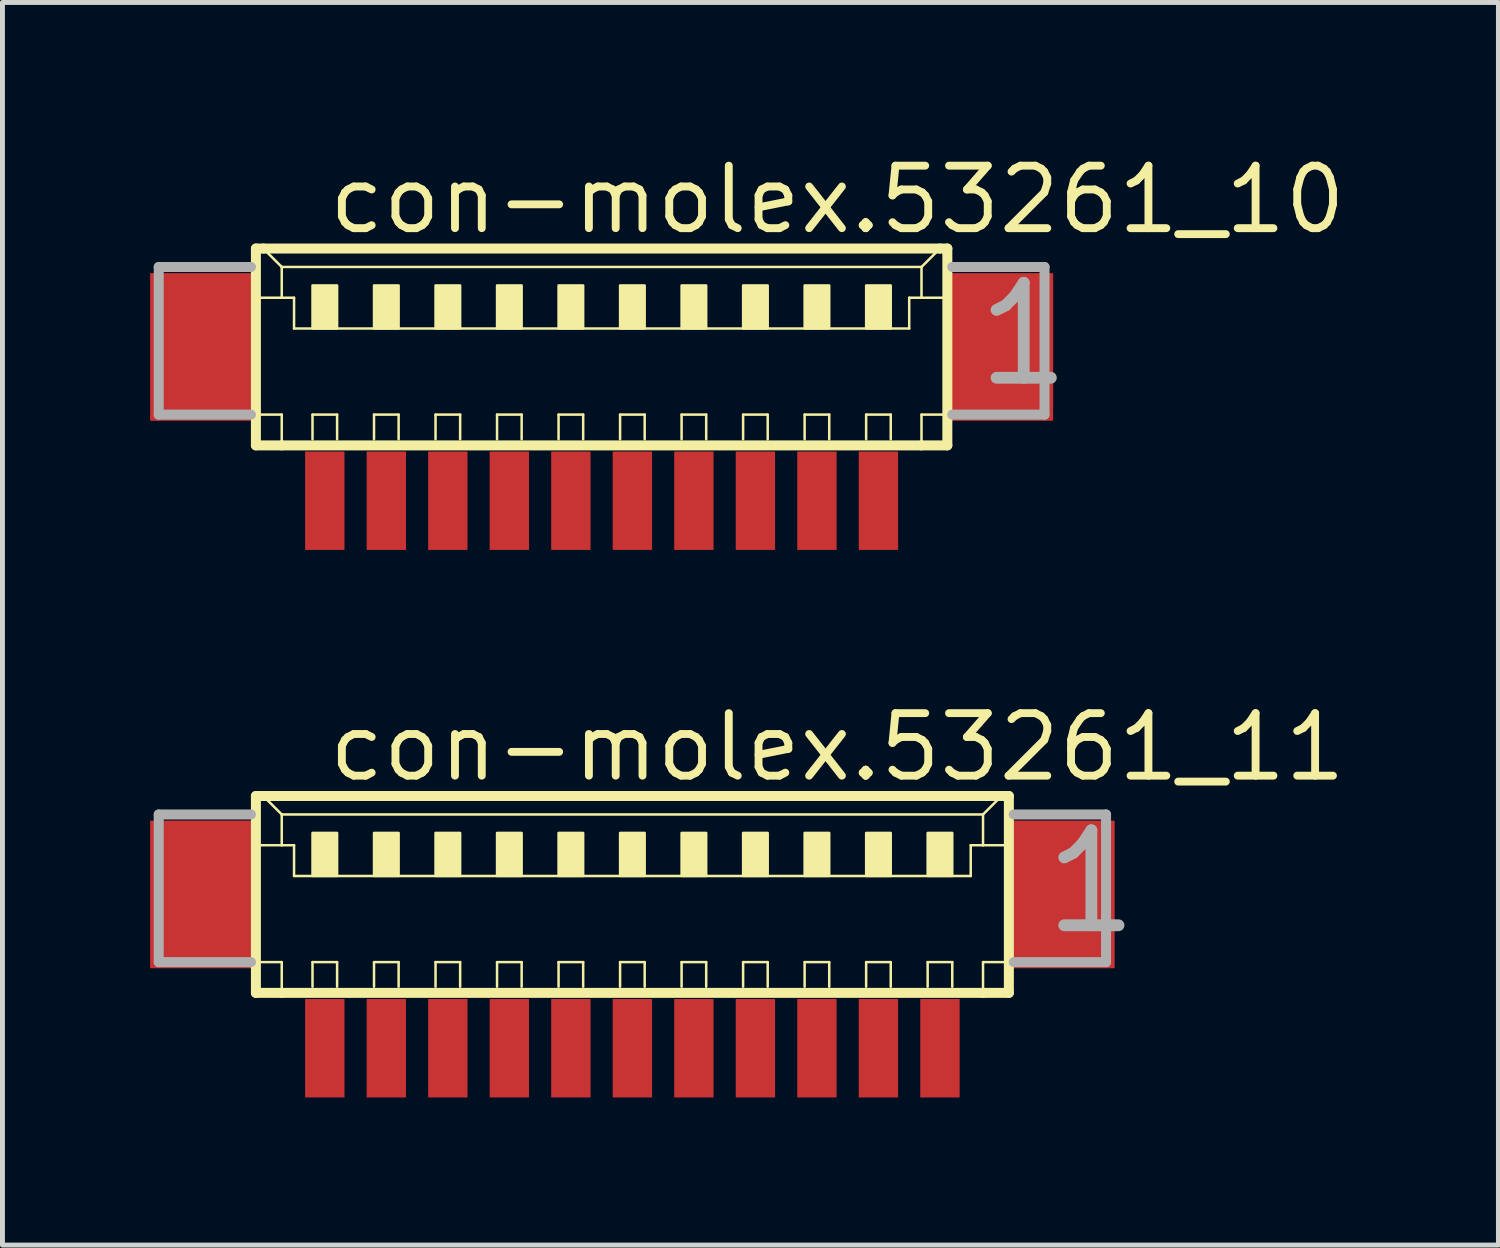
<source format=kicad_pcb>
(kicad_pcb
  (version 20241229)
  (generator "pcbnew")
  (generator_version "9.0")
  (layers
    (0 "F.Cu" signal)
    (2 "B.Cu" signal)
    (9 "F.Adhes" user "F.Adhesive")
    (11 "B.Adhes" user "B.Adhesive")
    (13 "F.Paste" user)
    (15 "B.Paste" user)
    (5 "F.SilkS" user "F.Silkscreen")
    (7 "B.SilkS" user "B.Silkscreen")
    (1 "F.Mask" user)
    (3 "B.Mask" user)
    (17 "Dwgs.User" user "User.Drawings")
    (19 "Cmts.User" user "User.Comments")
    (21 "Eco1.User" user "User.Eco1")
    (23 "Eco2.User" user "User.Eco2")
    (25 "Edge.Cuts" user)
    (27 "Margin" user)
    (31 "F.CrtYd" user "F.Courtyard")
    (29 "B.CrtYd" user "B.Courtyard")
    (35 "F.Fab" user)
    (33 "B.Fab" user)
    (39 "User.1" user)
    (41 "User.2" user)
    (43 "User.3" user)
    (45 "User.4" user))
  (footprint "con-molex.53261_11"
    (layer "F.Cu")
    (at 9.8 15.75)
    (property "Reference" "con-molex.53261_11" (at -6.25 -2.875 0) (layer "F.SilkS") (effects (font (size 1.27 1.27) (thickness 0.16)) (justify left bottom)))
    (attr smd)
    (fp_line (start -7.65 -2.625) (end -7.65 1.375) (stroke (width 0.203) (type default)) (layer "F.SilkS"))
    (fp_line (start -7.65 1.375) (end -7.125 1.375) (stroke (width 0.203) (type default)) (layer "F.SilkS"))
    (fp_line (start -7.625 -1.625) (end -7.125 -1.625) (stroke (width 0.051) (type default)) (layer "F.SilkS"))
    (fp_line (start -7.625 0.75) (end -7.125 0.75) (stroke (width 0.051) (type default)) (layer "F.SilkS"))
    (fp_line (start -7.5 -2.625) (end -7.65 -2.625) (stroke (width 0.203) (type default)) (layer "F.SilkS"))
    (fp_line (start -7.125 -2.25) (end -7.5 -2.625) (stroke (width 0.051) (type default)) (layer "F.SilkS"))
    (fp_line (start -7.125 -2.25) (end 7.125 -2.25) (stroke (width 0.051) (type default)) (layer "F.SilkS"))
    (fp_line (start -7.125 -1.625) (end -7.125 -2.25) (stroke (width 0.051) (type default)) (layer "F.SilkS"))
    (fp_line (start -7.125 -1.625) (end -6.875 -1.625) (stroke (width 0.051) (type default)) (layer "F.SilkS"))
    (fp_line (start -7.125 0.75) (end -7.125 1.375) (stroke (width 0.051) (type default)) (layer "F.SilkS"))
    (fp_line (start -7.125 1.375) (end 7.125 1.375) (stroke (width 0.203) (type default)) (layer "F.SilkS"))
    (fp_line (start -6.875 -1.625) (end -6.875 -1) (stroke (width 0.051) (type default)) (layer "F.SilkS"))
    (fp_line (start -6.875 -1) (end 6.875 -1) (stroke (width 0.051) (type default)) (layer "F.SilkS"))
    (fp_line (start -6.5 0.75) (end -6 0.75) (stroke (width 0.051) (type default)) (layer "F.SilkS"))
    (fp_line (start -6.5 1.25) (end -6.5 0.75) (stroke (width 0.051) (type default)) (layer "F.SilkS"))
    (fp_line (start -6 0.75) (end -6 1.25) (stroke (width 0.051) (type default)) (layer "F.SilkS"))
    (fp_line (start -5.25 0.75) (end -4.75 0.75) (stroke (width 0.051) (type default)) (layer "F.SilkS"))
    (fp_line (start -5.25 1.25) (end -5.25 0.75) (stroke (width 0.051) (type default)) (layer "F.SilkS"))
    (fp_line (start -4.75 0.75) (end -4.75 1.25) (stroke (width 0.051) (type default)) (layer "F.SilkS"))
    (fp_line (start -4 0.75) (end -3.5 0.75) (stroke (width 0.051) (type default)) (layer "F.SilkS"))
    (fp_line (start -4 1.25) (end -4 0.75) (stroke (width 0.051) (type default)) (layer "F.SilkS"))
    (fp_line (start -3.5 0.75) (end -3.5 1.25) (stroke (width 0.051) (type default)) (layer "F.SilkS"))
    (fp_line (start -2.75 0.75) (end -2.25 0.75) (stroke (width 0.051) (type default)) (layer "F.SilkS"))
    (fp_line (start -2.75 1.25) (end -2.75 0.75) (stroke (width 0.051) (type default)) (layer "F.SilkS"))
    (fp_line (start -2.25 0.75) (end -2.25 1.25) (stroke (width 0.051) (type default)) (layer "F.SilkS"))
    (fp_line (start -1.5 0.75) (end -1 0.75) (stroke (width 0.051) (type default)) (layer "F.SilkS"))
    (fp_line (start -1.5 1.25) (end -1.5 0.75) (stroke (width 0.051) (type default)) (layer "F.SilkS"))
    (fp_line (start -1 0.75) (end -1 1.25) (stroke (width 0.051) (type default)) (layer "F.SilkS"))
    (fp_line (start -0.25 0.75) (end 0.25 0.75) (stroke (width 0.051) (type default)) (layer "F.SilkS"))
    (fp_line (start -0.25 1.25) (end -0.25 0.75) (stroke (width 0.051) (type default)) (layer "F.SilkS"))
    (fp_line (start 0.25 0.75) (end 0.25 1.25) (stroke (width 0.051) (type default)) (layer "F.SilkS"))
    (fp_line (start 1 0.75) (end 1.5 0.75) (stroke (width 0.051) (type default)) (layer "F.SilkS"))
    (fp_line (start 1 1.25) (end 1 0.75) (stroke (width 0.051) (type default)) (layer "F.SilkS"))
    (fp_line (start 1.5 0.75) (end 1.5 1.25) (stroke (width 0.051) (type default)) (layer "F.SilkS"))
    (fp_line (start 2.25 0.75) (end 2.75 0.75) (stroke (width 0.051) (type default)) (layer "F.SilkS"))
    (fp_line (start 2.25 1.25) (end 2.25 0.75) (stroke (width 0.051) (type default)) (layer "F.SilkS"))
    (fp_line (start 2.75 0.75) (end 2.75 1.25) (stroke (width 0.051) (type default)) (layer "F.SilkS"))
    (fp_line (start 3.5 0.75) (end 4 0.75) (stroke (width 0.051) (type default)) (layer "F.SilkS"))
    (fp_line (start 3.5 1.25) (end 3.5 0.75) (stroke (width 0.051) (type default)) (layer "F.SilkS"))
    (fp_line (start 4 0.75) (end 4 1.25) (stroke (width 0.051) (type default)) (layer "F.SilkS"))
    (fp_line (start 4.75 0.75) (end 5.25 0.75) (stroke (width 0.051) (type default)) (layer "F.SilkS"))
    (fp_line (start 4.75 1.25) (end 4.75 0.75) (stroke (width 0.051) (type default)) (layer "F.SilkS"))
    (fp_line (start 5.25 0.75) (end 5.25 1.25) (stroke (width 0.051) (type default)) (layer "F.SilkS"))
    (fp_line (start 6 0.75) (end 6.5 0.75) (stroke (width 0.051) (type default)) (layer "F.SilkS"))
    (fp_line (start 6 1.25) (end 6 0.75) (stroke (width 0.051) (type default)) (layer "F.SilkS"))
    (fp_line (start 6.5 0.75) (end 6.5 1.25) (stroke (width 0.051) (type default)) (layer "F.SilkS"))
    (fp_line (start 6.875 -1.625) (end 6.875 -1) (stroke (width 0.051) (type default)) (layer "F.SilkS"))
    (fp_line (start 6.875 -1.625) (end 7.125 -1.625) (stroke (width 0.051) (type default)) (layer "F.SilkS"))
    (fp_line (start 7.125 -2.25) (end 7.125 -1.625) (stroke (width 0.051) (type default)) (layer "F.SilkS"))
    (fp_line (start 7.125 -2.25) (end 7.5 -2.625) (stroke (width 0.051) (type default)) (layer "F.SilkS"))
    (fp_line (start 7.125 -1.625) (end 7.625 -1.625) (stroke (width 0.051) (type default)) (layer "F.SilkS"))
    (fp_line (start 7.125 0.75) (end 7.125 1.375) (stroke (width 0.051) (type default)) (layer "F.SilkS"))
    (fp_line (start 7.125 0.75) (end 7.625 0.75) (stroke (width 0.051) (type default)) (layer "F.SilkS"))
    (fp_line (start 7.125 1.375) (end 7.65 1.375) (stroke (width 0.203) (type default)) (layer "F.SilkS"))
    (fp_line (start 7.5 -2.625) (end -7.5 -2.625) (stroke (width 0.203) (type default)) (layer "F.SilkS"))
    (fp_line (start 7.65 -2.625) (end 7.5 -2.625) (stroke (width 0.203) (type default)) (layer "F.SilkS"))
    (fp_line (start 7.65 1.375) (end 7.65 -2.625) (stroke (width 0.203) (type default)) (layer "F.SilkS"))
    (fp_rect (start -6.5 -1) (end -6 -1.875) (stroke (width 0.05) (type default)) (fill yes) (layer "F.SilkS"))
    (fp_rect (start -5.25 -1) (end -4.75 -1.875) (stroke (width 0.05) (type default)) (fill yes) (layer "F.SilkS"))
    (fp_rect (start -4 -1) (end -3.5 -1.875) (stroke (width 0.05) (type default)) (fill yes) (layer "F.SilkS"))
    (fp_rect (start -2.75 -1) (end -2.25 -1.875) (stroke (width 0.05) (type default)) (fill yes) (layer "F.SilkS"))
    (fp_rect (start -1.5 -1) (end -1 -1.875) (stroke (width 0.05) (type default)) (fill yes) (layer "F.SilkS"))
    (fp_rect (start -0.25 -1) (end 0.25 -1.875) (stroke (width 0.05) (type default)) (fill yes) (layer "F.SilkS"))
    (fp_rect (start 1 -1) (end 1.5 -1.875) (stroke (width 0.05) (type default)) (fill yes) (layer "F.SilkS"))
    (fp_rect (start 2.25 -1) (end 2.75 -1.875) (stroke (width 0.05) (type default)) (fill yes) (layer "F.SilkS"))
    (fp_rect (start 3.5 -1) (end 4 -1.875) (stroke (width 0.05) (type default)) (fill yes) (layer "F.SilkS"))
    (fp_rect (start 4.75 -1) (end 5.25 -1.875) (stroke (width 0.05) (type default)) (fill yes) (layer "F.SilkS"))
    (fp_rect (start 6 -1) (end 6.5 -1.875) (stroke (width 0.05) (type default)) (fill yes) (layer "F.SilkS"))
    (fp_line (start -9.625 -2.25) (end -9.625 0.75) (stroke (width 0.203) (type default)) (layer "F.Fab"))
    (fp_line (start -9.625 0.75) (end -7.75 0.75) (stroke (width 0.203) (type default)) (layer "F.Fab"))
    (fp_line (start -7.75 -2.25) (end -9.625 -2.25) (stroke (width 0.203) (type default)) (layer "F.Fab"))
    (fp_line (start 7.75 0.75) (end 9.625 0.75) (stroke (width 0.203) (type default)) (layer "F.Fab"))
    (fp_line (start 9.625 -2.25) (end 7.75 -2.25) (stroke (width 0.203) (type default)) (layer "F.Fab"))
    (fp_line (start 9.625 0.75) (end 9.625 -2.25) (stroke (width 0.203) (type default)) (layer "F.Fab"))
    (fp_text user "1" (at 8.25 0.25 0) (layer "F.Fab") (effects (font (size 1.93 1.93) (thickness 0.24)) (justify left bottom)))
    (pad "1" smd roundrect (at 6.25 2.5) (size 0.8 2) (layers "F.Cu" "F.Mask" "F.Paste") (roundrect_rratio 0.01))
    (pad "2" smd roundrect (at 5 2.5) (size 0.8 2) (layers "F.Cu" "F.Mask" "F.Paste") (roundrect_rratio 0.01))
    (pad "3" smd roundrect (at 3.75 2.5) (size 0.8 2) (layers "F.Cu" "F.Mask" "F.Paste") (roundrect_rratio 0.01))
    (pad "4" smd roundrect (at 2.5 2.5) (size 0.8 2) (layers "F.Cu" "F.Mask" "F.Paste") (roundrect_rratio 0.01))
    (pad "5" smd roundrect (at 1.25 2.5) (size 0.8 2) (layers "F.Cu" "F.Mask" "F.Paste") (roundrect_rratio 0.01))
    (pad "6" smd roundrect (at 0 2.5) (size 0.8 2) (layers "F.Cu" "F.Mask" "F.Paste") (roundrect_rratio 0.01))
    (pad "7" smd roundrect (at -1.25 2.5) (size 0.8 2) (layers "F.Cu" "F.Mask" "F.Paste") (roundrect_rratio 0.01))
    (pad "8" smd roundrect (at -2.5 2.5) (size 0.8 2) (layers "F.Cu" "F.Mask" "F.Paste") (roundrect_rratio 0.01))
    (pad "9" smd roundrect (at -3.75 2.5) (size 0.8 2) (layers "F.Cu" "F.Mask" "F.Paste") (roundrect_rratio 0.01))
    (pad "10" smd roundrect (at -5 2.5) (size 0.8 2) (layers "F.Cu" "F.Mask" "F.Paste") (roundrect_rratio 0.01))
    (pad "11" smd roundrect (at -6.25 2.5) (size 0.8 2) (layers "F.Cu" "F.Mask" "F.Paste") (roundrect_rratio 0.01))
    (pad "S1" smd roundrect (at 8.75 -0.625) (size 2.1 3) (layers "F.Cu" "F.Mask" "F.Paste") (roundrect_rratio 0.01))
    (pad "S2" smd roundrect (at -8.75 -0.625) (size 2.1 3) (layers "F.Cu" "F.Mask" "F.Paste") (roundrect_rratio 0.01)))
  (footprint "con-molex.53261_10"
    (layer "F.Cu")
    (at 9.175 4.625)
    (property "Reference" "con-molex.53261_10" (at -5.625 -2.875 0) (layer "F.SilkS") (effects (font (size 1.27 1.27) (thickness 0.16)) (justify left bottom)))
    (attr smd)
    (fp_line (start -7.025 -2.625) (end -7.025 1.375) (stroke (width 0.203) (type default)) (layer "F.SilkS"))
    (fp_line (start -7.025 1.375) (end -6.5 1.375) (stroke (width 0.203) (type default)) (layer "F.SilkS"))
    (fp_line (start -7 -1.625) (end -6.5 -1.625) (stroke (width 0.051) (type default)) (layer "F.SilkS"))
    (fp_line (start -7 0.75) (end -6.5 0.75) (stroke (width 0.051) (type default)) (layer "F.SilkS"))
    (fp_line (start -6.875 -2.625) (end -7.025 -2.625) (stroke (width 0.203) (type default)) (layer "F.SilkS"))
    (fp_line (start -6.5 -2.25) (end -6.875 -2.625) (stroke (width 0.051) (type default)) (layer "F.SilkS"))
    (fp_line (start -6.5 -2.25) (end 6.5 -2.25) (stroke (width 0.051) (type default)) (layer "F.SilkS"))
    (fp_line (start -6.5 -1.625) (end -6.5 -2.25) (stroke (width 0.051) (type default)) (layer "F.SilkS"))
    (fp_line (start -6.5 -1.625) (end -6.25 -1.625) (stroke (width 0.051) (type default)) (layer "F.SilkS"))
    (fp_line (start -6.5 0.75) (end -6.5 1.375) (stroke (width 0.051) (type default)) (layer "F.SilkS"))
    (fp_line (start -6.5 1.375) (end 6.5 1.375) (stroke (width 0.203) (type default)) (layer "F.SilkS"))
    (fp_line (start -6.25 -1.625) (end -6.25 -1) (stroke (width 0.051) (type default)) (layer "F.SilkS"))
    (fp_line (start -6.25 -1) (end 6.25 -1) (stroke (width 0.051) (type default)) (layer "F.SilkS"))
    (fp_line (start -5.875 0.75) (end -5.375 0.75) (stroke (width 0.051) (type default)) (layer "F.SilkS"))
    (fp_line (start -5.875 1.25) (end -5.875 0.75) (stroke (width 0.051) (type default)) (layer "F.SilkS"))
    (fp_line (start -5.375 0.75) (end -5.375 1.25) (stroke (width 0.051) (type default)) (layer "F.SilkS"))
    (fp_line (start -4.625 0.75) (end -4.125 0.75) (stroke (width 0.051) (type default)) (layer "F.SilkS"))
    (fp_line (start -4.625 1.25) (end -4.625 0.75) (stroke (width 0.051) (type default)) (layer "F.SilkS"))
    (fp_line (start -4.125 0.75) (end -4.125 1.25) (stroke (width 0.051) (type default)) (layer "F.SilkS"))
    (fp_line (start -3.375 0.75) (end -2.875 0.75) (stroke (width 0.051) (type default)) (layer "F.SilkS"))
    (fp_line (start -3.375 1.25) (end -3.375 0.75) (stroke (width 0.051) (type default)) (layer "F.SilkS"))
    (fp_line (start -2.875 0.75) (end -2.875 1.25) (stroke (width 0.051) (type default)) (layer "F.SilkS"))
    (fp_line (start -2.125 0.75) (end -1.625 0.75) (stroke (width 0.051) (type default)) (layer "F.SilkS"))
    (fp_line (start -2.125 1.25) (end -2.125 0.75) (stroke (width 0.051) (type default)) (layer "F.SilkS"))
    (fp_line (start -1.625 0.75) (end -1.625 1.25) (stroke (width 0.051) (type default)) (layer "F.SilkS"))
    (fp_line (start -0.875 0.75) (end -0.375 0.75) (stroke (width 0.051) (type default)) (layer "F.SilkS"))
    (fp_line (start -0.875 1.25) (end -0.875 0.75) (stroke (width 0.051) (type default)) (layer "F.SilkS"))
    (fp_line (start -0.375 0.75) (end -0.375 1.25) (stroke (width 0.051) (type default)) (layer "F.SilkS"))
    (fp_line (start 0.375 0.75) (end 0.875 0.75) (stroke (width 0.051) (type default)) (layer "F.SilkS"))
    (fp_line (start 0.375 1.25) (end 0.375 0.75) (stroke (width 0.051) (type default)) (layer "F.SilkS"))
    (fp_line (start 0.875 0.75) (end 0.875 1.25) (stroke (width 0.051) (type default)) (layer "F.SilkS"))
    (fp_line (start 1.625 0.75) (end 2.125 0.75) (stroke (width 0.051) (type default)) (layer "F.SilkS"))
    (fp_line (start 1.625 1.25) (end 1.625 0.75) (stroke (width 0.051) (type default)) (layer "F.SilkS"))
    (fp_line (start 2.125 0.75) (end 2.125 1.25) (stroke (width 0.051) (type default)) (layer "F.SilkS"))
    (fp_line (start 2.875 0.75) (end 3.375 0.75) (stroke (width 0.051) (type default)) (layer "F.SilkS"))
    (fp_line (start 2.875 1.25) (end 2.875 0.75) (stroke (width 0.051) (type default)) (layer "F.SilkS"))
    (fp_line (start 3.375 0.75) (end 3.375 1.25) (stroke (width 0.051) (type default)) (layer "F.SilkS"))
    (fp_line (start 4.125 0.75) (end 4.625 0.75) (stroke (width 0.051) (type default)) (layer "F.SilkS"))
    (fp_line (start 4.125 1.25) (end 4.125 0.75) (stroke (width 0.051) (type default)) (layer "F.SilkS"))
    (fp_line (start 4.625 0.75) (end 4.625 1.25) (stroke (width 0.051) (type default)) (layer "F.SilkS"))
    (fp_line (start 5.375 0.75) (end 5.875 0.75) (stroke (width 0.051) (type default)) (layer "F.SilkS"))
    (fp_line (start 5.375 1.25) (end 5.375 0.75) (stroke (width 0.051) (type default)) (layer "F.SilkS"))
    (fp_line (start 5.875 0.75) (end 5.875 1.25) (stroke (width 0.051) (type default)) (layer "F.SilkS"))
    (fp_line (start 6.25 -1.625) (end 6.25 -1) (stroke (width 0.051) (type default)) (layer "F.SilkS"))
    (fp_line (start 6.25 -1.625) (end 6.5 -1.625) (stroke (width 0.051) (type default)) (layer "F.SilkS"))
    (fp_line (start 6.5 -2.25) (end 6.5 -1.625) (stroke (width 0.051) (type default)) (layer "F.SilkS"))
    (fp_line (start 6.5 -2.25) (end 6.875 -2.625) (stroke (width 0.051) (type default)) (layer "F.SilkS"))
    (fp_line (start 6.5 -1.625) (end 7 -1.625) (stroke (width 0.051) (type default)) (layer "F.SilkS"))
    (fp_line (start 6.5 0.75) (end 6.5 1.375) (stroke (width 0.051) (type default)) (layer "F.SilkS"))
    (fp_line (start 6.5 0.75) (end 7 0.75) (stroke (width 0.051) (type default)) (layer "F.SilkS"))
    (fp_line (start 6.5 1.375) (end 7.025 1.375) (stroke (width 0.203) (type default)) (layer "F.SilkS"))
    (fp_line (start 6.875 -2.625) (end -6.875 -2.625) (stroke (width 0.203) (type default)) (layer "F.SilkS"))
    (fp_line (start 7.025 -2.625) (end 6.875 -2.625) (stroke (width 0.203) (type default)) (layer "F.SilkS"))
    (fp_line (start 7.025 1.375) (end 7.025 -2.625) (stroke (width 0.203) (type default)) (layer "F.SilkS"))
    (fp_rect (start -5.875 -1) (end -5.375 -1.875) (stroke (width 0.05) (type default)) (fill yes) (layer "F.SilkS"))
    (fp_rect (start -4.625 -1) (end -4.125 -1.875) (stroke (width 0.05) (type default)) (fill yes) (layer "F.SilkS"))
    (fp_rect (start -3.375 -1) (end -2.875 -1.875) (stroke (width 0.05) (type default)) (fill yes) (layer "F.SilkS"))
    (fp_rect (start -2.125 -1) (end -1.625 -1.875) (stroke (width 0.05) (type default)) (fill yes) (layer "F.SilkS"))
    (fp_rect (start -0.875 -1) (end -0.375 -1.875) (stroke (width 0.05) (type default)) (fill yes) (layer "F.SilkS"))
    (fp_rect (start 0.375 -1) (end 0.875 -1.875) (stroke (width 0.05) (type default)) (fill yes) (layer "F.SilkS"))
    (fp_rect (start 1.625 -1) (end 2.125 -1.875) (stroke (width 0.05) (type default)) (fill yes) (layer "F.SilkS"))
    (fp_rect (start 2.875 -1) (end 3.375 -1.875) (stroke (width 0.05) (type default)) (fill yes) (layer "F.SilkS"))
    (fp_rect (start 4.125 -1) (end 4.625 -1.875) (stroke (width 0.05) (type default)) (fill yes) (layer "F.SilkS"))
    (fp_rect (start 5.375 -1) (end 5.875 -1.875) (stroke (width 0.05) (type default)) (fill yes) (layer "F.SilkS"))
    (fp_line (start -9 -2.25) (end -9 0.75) (stroke (width 0.203) (type default)) (layer "F.Fab"))
    (fp_line (start -9 0.75) (end -7.125 0.75) (stroke (width 0.203) (type default)) (layer "F.Fab"))
    (fp_line (start -7.125 -2.25) (end -9 -2.25) (stroke (width 0.203) (type default)) (layer "F.Fab"))
    (fp_line (start 7.125 0.75) (end 9 0.75) (stroke (width 0.203) (type default)) (layer "F.Fab"))
    (fp_line (start 9 -2.25) (end 7.125 -2.25) (stroke (width 0.203) (type default)) (layer "F.Fab"))
    (fp_line (start 9 0.75) (end 9 -2.25) (stroke (width 0.203) (type default)) (layer "F.Fab"))
    (fp_text user "1" (at 7.5 0.25 0) (layer "F.Fab") (effects (font (size 1.93 1.93) (thickness 0.24)) (justify left bottom)))
    (pad "1" smd roundrect (at 5.625 2.5) (size 0.8 2) (layers "F.Cu" "F.Mask" "F.Paste") (roundrect_rratio 0.01))
    (pad "2" smd roundrect (at 4.375 2.5) (size 0.8 2) (layers "F.Cu" "F.Mask" "F.Paste") (roundrect_rratio 0.01))
    (pad "3" smd roundrect (at 3.125 2.5) (size 0.8 2) (layers "F.Cu" "F.Mask" "F.Paste") (roundrect_rratio 0.01))
    (pad "4" smd roundrect (at 1.875 2.5) (size 0.8 2) (layers "F.Cu" "F.Mask" "F.Paste") (roundrect_rratio 0.01))
    (pad "5" smd roundrect (at 0.625 2.5) (size 0.8 2) (layers "F.Cu" "F.Mask" "F.Paste") (roundrect_rratio 0.01))
    (pad "6" smd roundrect (at -0.625 2.5) (size 0.8 2) (layers "F.Cu" "F.Mask" "F.Paste") (roundrect_rratio 0.01))
    (pad "7" smd roundrect (at -1.875 2.5) (size 0.8 2) (layers "F.Cu" "F.Mask" "F.Paste") (roundrect_rratio 0.01))
    (pad "8" smd roundrect (at -3.125 2.5) (size 0.8 2) (layers "F.Cu" "F.Mask" "F.Paste") (roundrect_rratio 0.01))
    (pad "9" smd roundrect (at -4.375 2.5) (size 0.8 2) (layers "F.Cu" "F.Mask" "F.Paste") (roundrect_rratio 0.01))
    (pad "10" smd roundrect (at -5.625 2.5) (size 0.8 2) (layers "F.Cu" "F.Mask" "F.Paste") (roundrect_rratio 0.01))
    (pad "S1" smd roundrect (at 8.125 -0.625) (size 2.1 3) (layers "F.Cu" "F.Mask" "F.Paste") (roundrect_rratio 0.01))
    (pad "S2" smd roundrect (at -8.125 -0.625) (size 2.1 3) (layers "F.Cu" "F.Mask" "F.Paste") (roundrect_rratio 0.01)))
  (gr_rect
    (start -3 -3)
    (end 27.398 22.25)
    (stroke (width 0.1) (type default))
    (fill no)
    (layer "Edge.Cuts")))
</source>
